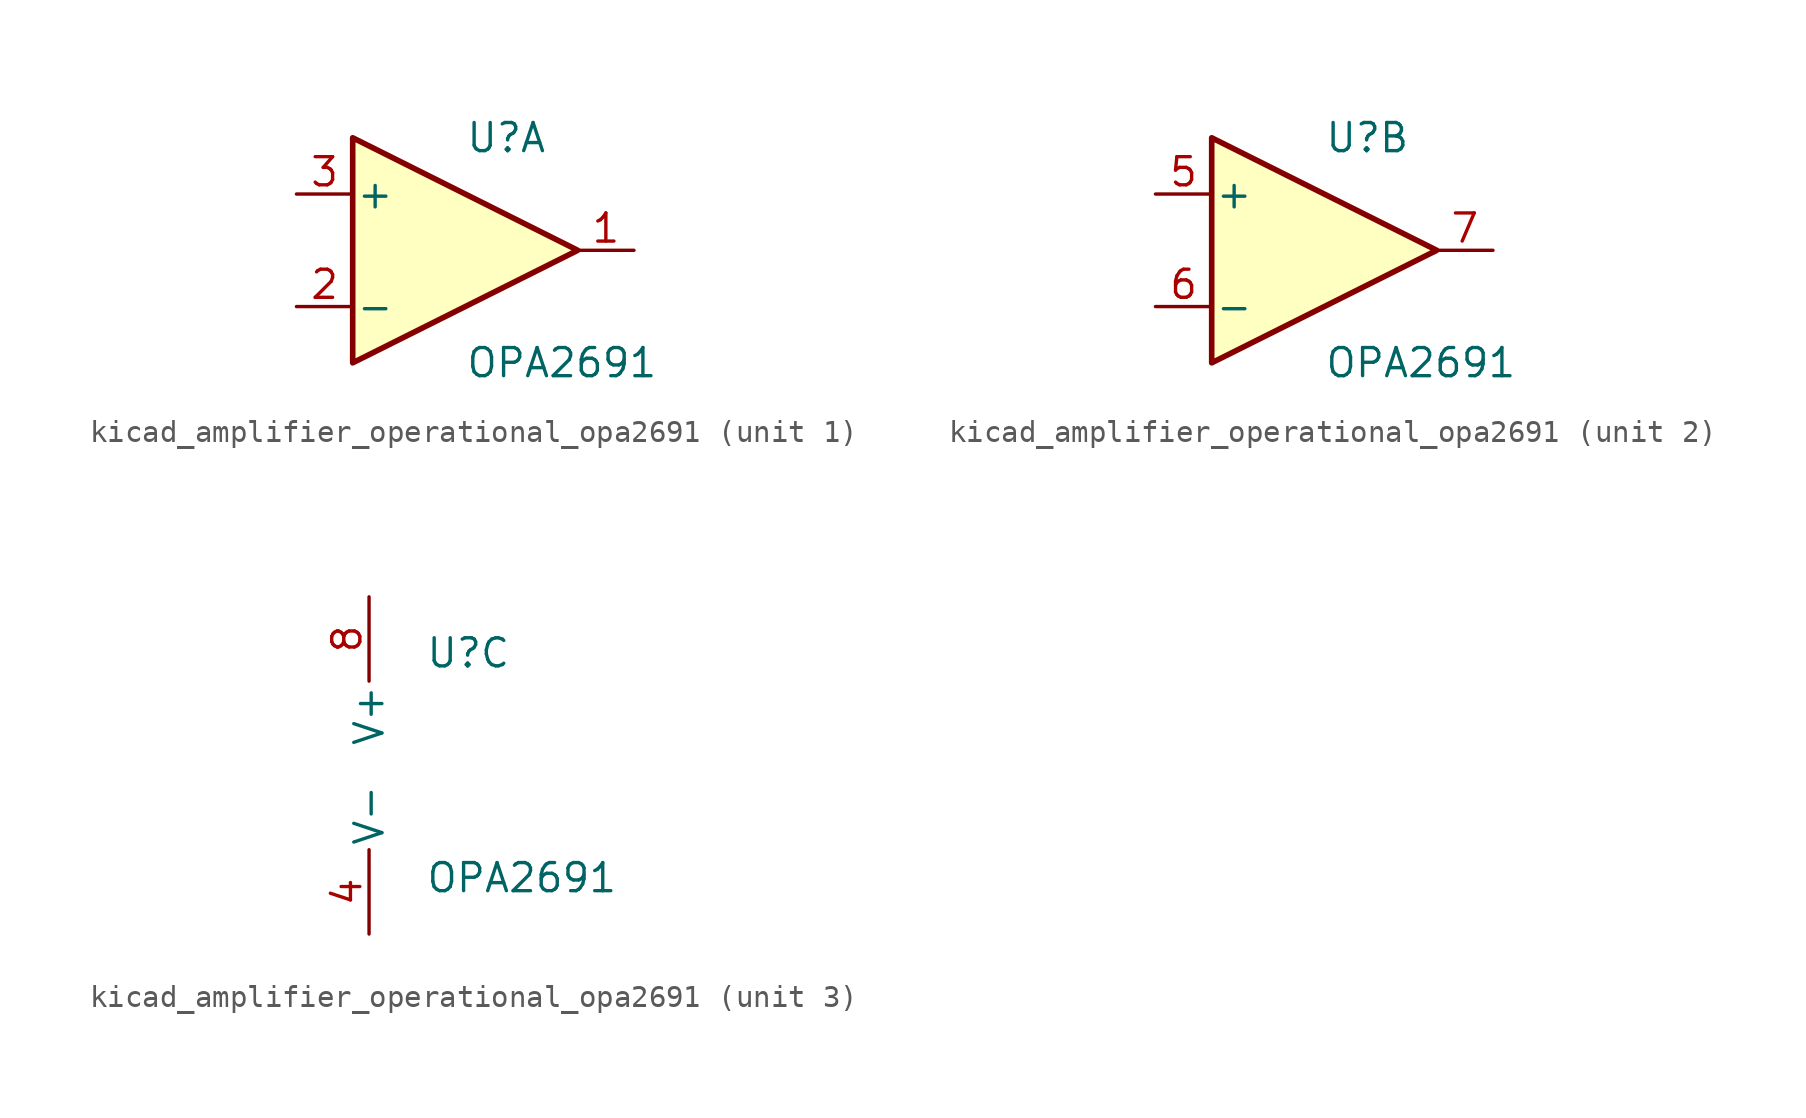
<source format=kicad_sym>
(kicad_symbol_lib
  (version 20220914)
  (generator kicad_symbol_editor)
  (symbol "kicad_amplifier_operational_opa2691"
    (pin_names
      (offset 0.127))
    (property "Reference" "U"
      (at 0 5.08 0)
      (effects (font (size 1.27 1.27)) (justify left)))
    (property "Value" "OPA2691"
      (at 0 -5.08 0)
      (effects (font (size 1.27 1.27)) (justify left)))
    (property "ki_locked" ""
      (at 0 0 0)
      (effects (font (size 1.27 1.27))))
    (symbol "kicad_amplifier_operational_opa2691_1_1"
      (polyline (pts (xy -5.08 5.08) (xy 5.08 0) (xy -5.08 -5.08) (xy -5.08 5.08)) (stroke (width 0.254) (type default)) (fill (type background)))
      (pin output line (at 7.62 0 180) (length 2.54) (name "~" (effects (font (size 1.27 1.27)))) (number "1" (effects (font (size 1.27 1.27)))))
      (pin input line (at -7.62 -2.54 0) (length 2.54) (name "-" (effects (font (size 1.27 1.27)))) (number "2" (effects (font (size 1.27 1.27)))))
      (pin input line (at -7.62 2.54 0) (length 2.54) (name "+" (effects (font (size 1.27 1.27)))) (number "3" (effects (font (size 1.27 1.27))))))
    (symbol "kicad_amplifier_operational_opa2691_2_1"
      (polyline (pts (xy -5.08 5.08) (xy 5.08 0) (xy -5.08 -5.08) (xy -5.08 5.08)) (stroke (width 0.254) (type default)) (fill (type background)))
      (pin input line (at -7.62 2.54 0) (length 2.54) (name "+" (effects (font (size 1.27 1.27)))) (number "5" (effects (font (size 1.27 1.27)))))
      (pin input line (at -7.62 -2.54 0) (length 2.54) (name "-" (effects (font (size 1.27 1.27)))) (number "6" (effects (font (size 1.27 1.27)))))
      (pin output line (at 7.62 0 180) (length 2.54) (name "~" (effects (font (size 1.27 1.27)))) (number "7" (effects (font (size 1.27 1.27))))))
    (symbol "kicad_amplifier_operational_opa2691_3_1"
      (pin power_in line (at -2.54 -7.62 90) (length 3.81) (name "V-" (effects (font (size 1.27 1.27)))) (number "4" (effects (font (size 1.27 1.27)))))
      (pin power_in line (at -2.54 7.62 270) (length 3.81) (name "V+" (effects (font (size 1.27 1.27)))) (number "8" (effects (font (size 1.27 1.27))))))))
</source>
